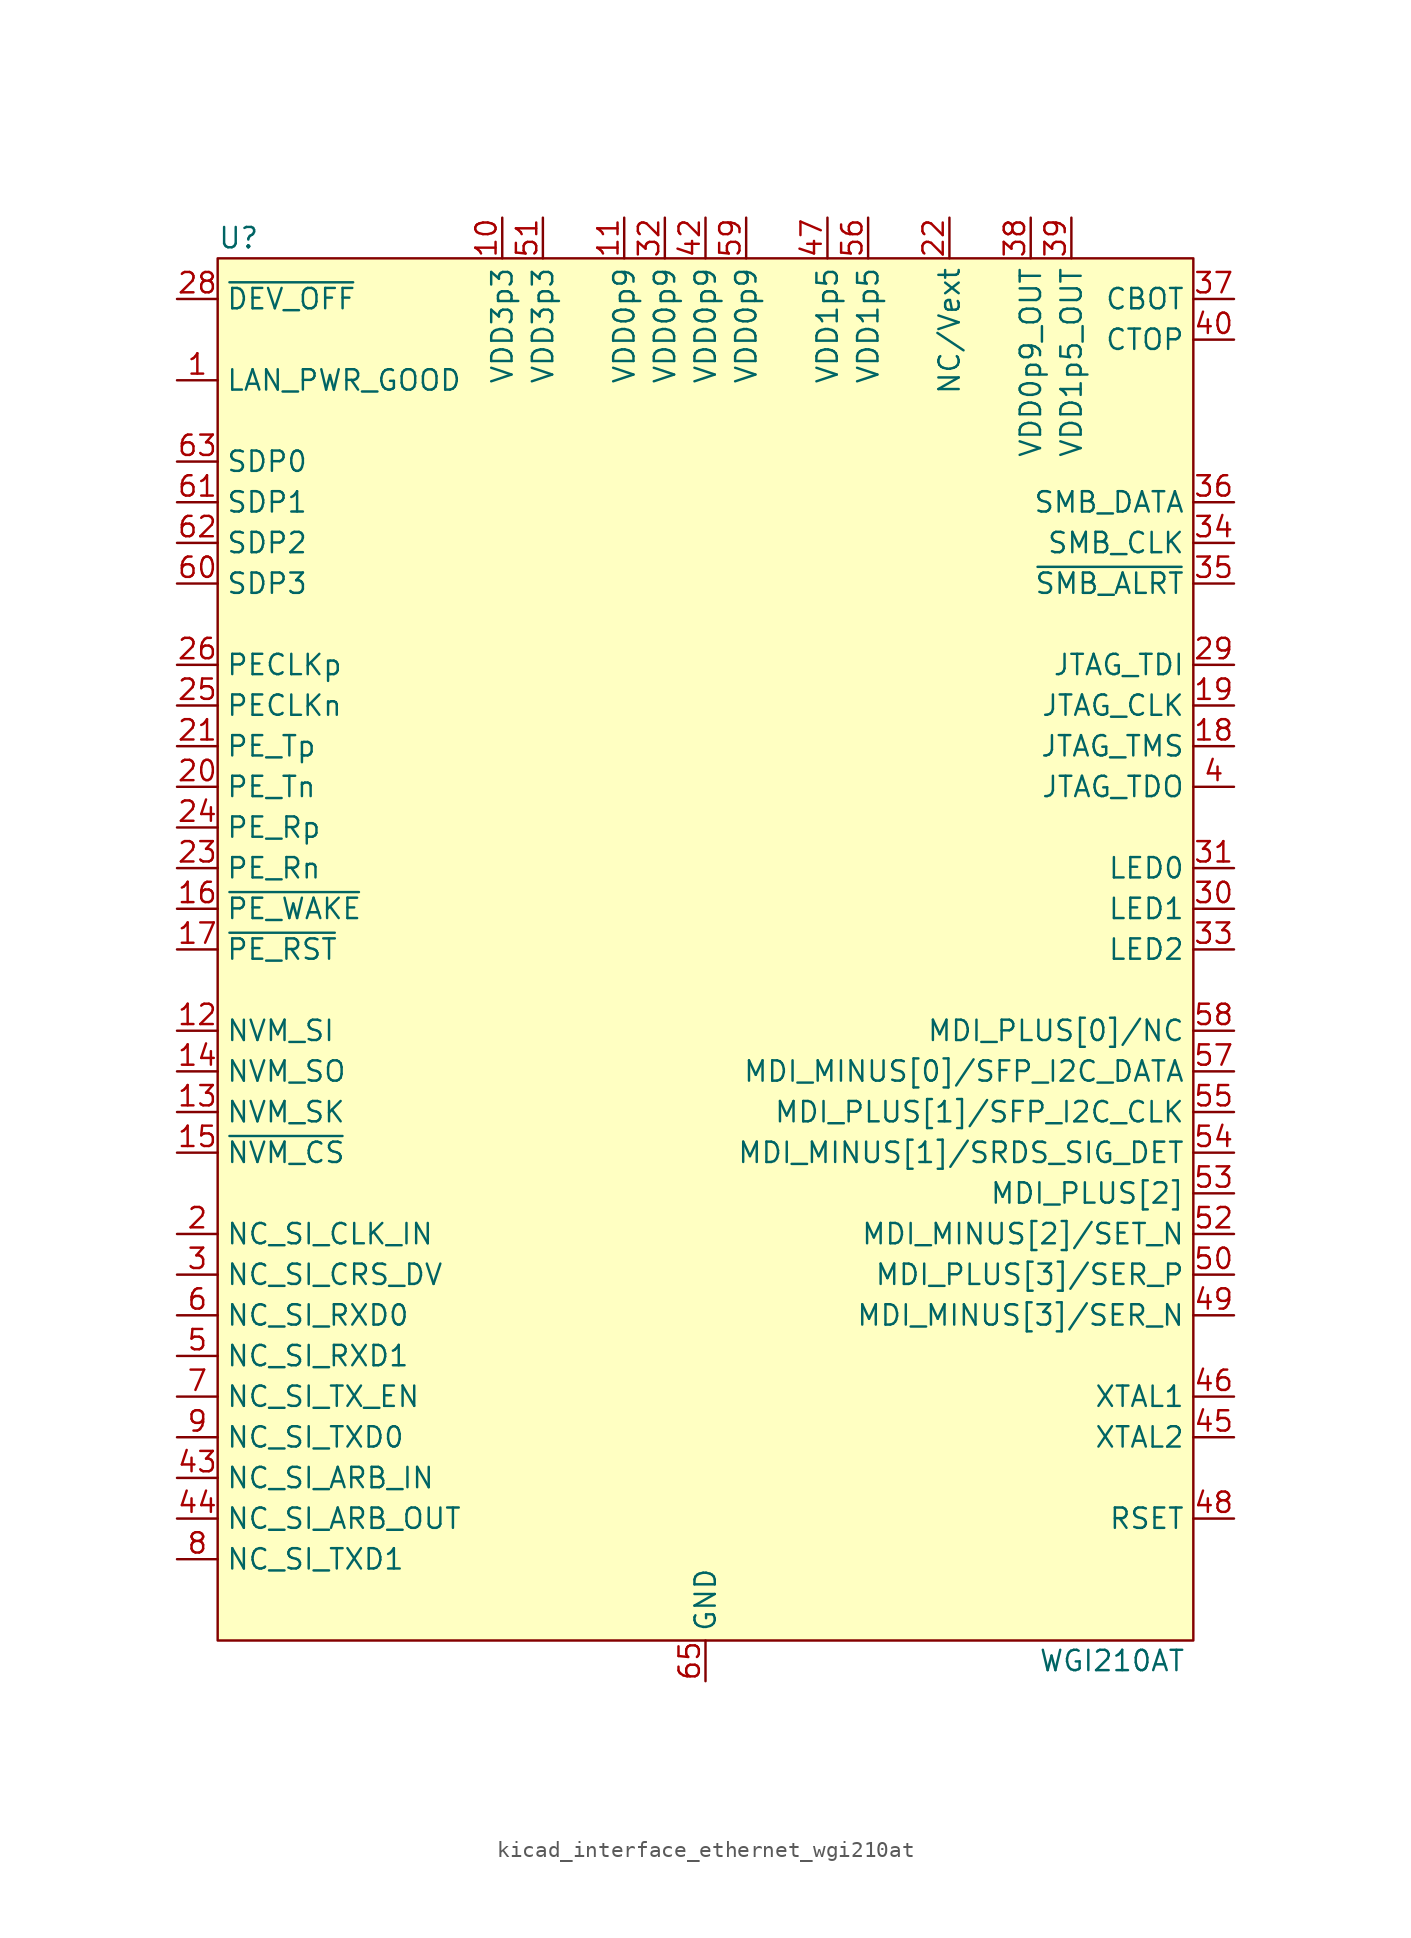
<source format=kicad_sym>
(kicad_symbol_lib
  (version 20220914)
  (generator kicad_symbol_editor)
  (symbol "kicad_interface_ethernet_wgi210at"
    (property "Reference" "U"
      (at -30.48 44.45 0)
      (effects (font (size 1.27 1.27)) (justify left)))
    (property "Value" "WGI210AT"
      (at 25.4 -44.45 0)
      (effects (font (size 1.27 1.27))))
    (symbol "kicad_interface_ethernet_wgi210at_0_1"
      (rectangle (start -30.48 43.18) (end 30.48 -43.18) (stroke (width 0) (type default)) (fill (type background)))
      (pin input line (at -33.02 35.56 0) (length 2.54) (name "LAN_PWR_GOOD" (effects (font (size 1.27 1.27)))) (number "1" (effects (font (size 1.27 1.27)))))
      (pin power_in line (at -12.7 45.72 270) (length 2.54) (name "VDD3p3" (effects (font (size 1.27 1.27)))) (number "10" (effects (font (size 1.27 1.27)))))
      (pin power_in line (at -5.08 45.72 270) (length 2.54) (name "VDD0p9" (effects (font (size 1.27 1.27)))) (number "11" (effects (font (size 1.27 1.27)))))
      (pin output line (at -33.02 -5.08 0) (length 2.54) (name "NVM_SI" (effects (font (size 1.27 1.27)))) (number "12" (effects (font (size 1.27 1.27)))))
      (pin output line (at -33.02 -10.16 0) (length 2.54) (name "NVM_SK" (effects (font (size 1.27 1.27)))) (number "13" (effects (font (size 1.27 1.27)))))
      (pin input line (at -33.02 -7.62 0) (length 2.54) (name "NVM_SO" (effects (font (size 1.27 1.27)))) (number "14" (effects (font (size 1.27 1.27)))))
      (pin output line (at -33.02 -12.7 0) (length 2.54) (name "~{NVM_CS}" (effects (font (size 1.27 1.27)))) (number "15" (effects (font (size 1.27 1.27)))))
      (pin bidirectional line (at -33.02 2.54 0) (length 2.54) (name "~{PE_WAKE}" (effects (font (size 1.27 1.27)))) (number "16" (effects (font (size 1.27 1.27)))))
      (pin input line (at -33.02 0 0) (length 2.54) (name "~{PE_RST}" (effects (font (size 1.27 1.27)))) (number "17" (effects (font (size 1.27 1.27)))))
      (pin input line (at 33.02 12.7 180) (length 2.54) (name "JTAG_TMS" (effects (font (size 1.27 1.27)))) (number "18" (effects (font (size 1.27 1.27)))))
      (pin input line (at 33.02 15.24 180) (length 2.54) (name "JTAG_CLK" (effects (font (size 1.27 1.27)))) (number "19" (effects (font (size 1.27 1.27)))))
      (pin input line (at -33.02 -17.78 0) (length 2.54) (name "NC_SI_CLK_IN" (effects (font (size 1.27 1.27)))) (number "2" (effects (font (size 1.27 1.27)))))
      (pin output line (at -33.02 10.16 0) (length 2.54) (name "PE_Tn" (effects (font (size 1.27 1.27)))) (number "20" (effects (font (size 1.27 1.27)))))
      (pin output line (at -33.02 12.7 0) (length 2.54) (name "PE_Tp" (effects (font (size 1.27 1.27)))) (number "21" (effects (font (size 1.27 1.27)))))
      (pin power_in line (at 15.24 45.72 270) (length 2.54) (name "NC/Vext" (effects (font (size 1.27 1.27)))) (number "22" (effects (font (size 1.27 1.27)))))
      (pin input line (at -33.02 5.08 0) (length 2.54) (name "PE_Rn" (effects (font (size 1.27 1.27)))) (number "23" (effects (font (size 1.27 1.27)))))
      (pin input line (at -33.02 7.62 0) (length 2.54) (name "PE_Rp" (effects (font (size 1.27 1.27)))) (number "24" (effects (font (size 1.27 1.27)))))
      (pin input line (at -33.02 15.24 0) (length 2.54) (name "PECLKn" (effects (font (size 1.27 1.27)))) (number "25" (effects (font (size 1.27 1.27)))))
      (pin input line (at -33.02 17.78 0) (length 2.54) (name "PECLKp" (effects (font (size 1.27 1.27)))) (number "26" (effects (font (size 1.27 1.27)))))
      (pin passive line (at -12.7 45.72 270) (length 2.54) hide (name "VDD3p3" (effects (font (size 1.27 1.27)))) (number "27" (effects (font (size 1.27 1.27)))))
      (pin input line (at -33.02 40.64 0) (length 2.54) (name "~{DEV_OFF}" (effects (font (size 1.27 1.27)))) (number "28" (effects (font (size 1.27 1.27)))))
      (pin input line (at 33.02 17.78 180) (length 2.54) (name "JTAG_TDI" (effects (font (size 1.27 1.27)))) (number "29" (effects (font (size 1.27 1.27)))))
      (pin output line (at -33.02 -20.32 0) (length 2.54) (name "NC_SI_CRS_DV" (effects (font (size 1.27 1.27)))) (number "3" (effects (font (size 1.27 1.27)))))
      (pin output line (at 33.02 2.54 180) (length 2.54) (name "LED1" (effects (font (size 1.27 1.27)))) (number "30" (effects (font (size 1.27 1.27)))))
      (pin output line (at 33.02 5.08 180) (length 2.54) (name "LED0" (effects (font (size 1.27 1.27)))) (number "31" (effects (font (size 1.27 1.27)))))
      (pin power_in line (at -2.54 45.72 270) (length 2.54) (name "VDD0p9" (effects (font (size 1.27 1.27)))) (number "32" (effects (font (size 1.27 1.27)))))
      (pin output line (at 33.02 0 180) (length 2.54) (name "LED2" (effects (font (size 1.27 1.27)))) (number "33" (effects (font (size 1.27 1.27)))))
      (pin bidirectional line (at 33.02 25.4 180) (length 2.54) (name "SMB_CLK" (effects (font (size 1.27 1.27)))) (number "34" (effects (font (size 1.27 1.27)))))
      (pin output line (at 33.02 22.86 180) (length 2.54) (name "~{SMB_ALRT}" (effects (font (size 1.27 1.27)))) (number "35" (effects (font (size 1.27 1.27)))))
      (pin bidirectional line (at 33.02 27.94 180) (length 2.54) (name "SMB_DATA" (effects (font (size 1.27 1.27)))) (number "36" (effects (font (size 1.27 1.27)))))
      (pin passive line (at 33.02 40.64 180) (length 2.54) (name "CBOT" (effects (font (size 1.27 1.27)))) (number "37" (effects (font (size 1.27 1.27)))))
      (pin power_out line (at 20.32 45.72 270) (length 2.54) (name "VDD0p9_OUT" (effects (font (size 1.27 1.27)))) (number "38" (effects (font (size 1.27 1.27)))))
      (pin power_out line (at 22.86 45.72 270) (length 2.54) (name "VDD1p5_OUT" (effects (font (size 1.27 1.27)))) (number "39" (effects (font (size 1.27 1.27)))))
      (pin output line (at 33.02 10.16 180) (length 2.54) (name "JTAG_TDO" (effects (font (size 1.27 1.27)))) (number "4" (effects (font (size 1.27 1.27)))))
      (pin passive line (at 33.02 38.1 180) (length 2.54) (name "CTOP" (effects (font (size 1.27 1.27)))) (number "40" (effects (font (size 1.27 1.27)))))
      (pin passive line (at -12.7 45.72 270) (length 2.54) hide (name "VDD3p3" (effects (font (size 1.27 1.27)))) (number "41" (effects (font (size 1.27 1.27)))))
      (pin power_in line (at 0 45.72 270) (length 2.54) (name "VDD0p9" (effects (font (size 1.27 1.27)))) (number "42" (effects (font (size 1.27 1.27)))))
      (pin input line (at -33.02 -33.02 0) (length 2.54) (name "NC_SI_ARB_IN" (effects (font (size 1.27 1.27)))) (number "43" (effects (font (size 1.27 1.27)))))
      (pin output line (at -33.02 -35.56 0) (length 2.54) (name "NC_SI_ARB_OUT" (effects (font (size 1.27 1.27)))) (number "44" (effects (font (size 1.27 1.27)))))
      (pin output line (at 33.02 -30.48 180) (length 2.54) (name "XTAL2" (effects (font (size 1.27 1.27)))) (number "45" (effects (font (size 1.27 1.27)))))
      (pin input line (at 33.02 -27.94 180) (length 2.54) (name "XTAL1" (effects (font (size 1.27 1.27)))) (number "46" (effects (font (size 1.27 1.27)))))
      (pin power_in line (at 7.62 45.72 270) (length 2.54) (name "VDD1p5" (effects (font (size 1.27 1.27)))) (number "47" (effects (font (size 1.27 1.27)))))
      (pin passive line (at 33.02 -35.56 180) (length 2.54) (name "RSET" (effects (font (size 1.27 1.27)))) (number "48" (effects (font (size 1.27 1.27)))))
      (pin bidirectional line (at 33.02 -22.86 180) (length 2.54) (name "MDI_MINUS[3]/SER_N" (effects (font (size 1.27 1.27)))) (number "49" (effects (font (size 1.27 1.27)))))
      (pin output line (at -33.02 -25.4 0) (length 2.54) (name "NC_SI_RXD1" (effects (font (size 1.27 1.27)))) (number "5" (effects (font (size 1.27 1.27)))))
      (pin bidirectional line (at 33.02 -20.32 180) (length 2.54) (name "MDI_PLUS[3]/SER_P" (effects (font (size 1.27 1.27)))) (number "50" (effects (font (size 1.27 1.27)))))
      (pin power_in line (at -10.16 45.72 270) (length 2.54) (name "VDD3p3" (effects (font (size 1.27 1.27)))) (number "51" (effects (font (size 1.27 1.27)))))
      (pin bidirectional line (at 33.02 -17.78 180) (length 2.54) (name "MDI_MINUS[2]/SET_N" (effects (font (size 1.27 1.27)))) (number "52" (effects (font (size 1.27 1.27)))))
      (pin bidirectional line (at 33.02 -15.24 180) (length 2.54) (name "MDI_PLUS[2]" (effects (font (size 1.27 1.27)))) (number "53" (effects (font (size 1.27 1.27)))))
      (pin bidirectional line (at 33.02 -12.7 180) (length 2.54) (name "MDI_MINUS[1]/SRDS_SIG_DET" (effects (font (size 1.27 1.27)))) (number "54" (effects (font (size 1.27 1.27)))))
      (pin bidirectional line (at 33.02 -10.16 180) (length 2.54) (name "MDI_PLUS[1]/SFP_I2C_CLK" (effects (font (size 1.27 1.27)))) (number "55" (effects (font (size 1.27 1.27)))))
      (pin power_in line (at 10.16 45.72 270) (length 2.54) (name "VDD1p5" (effects (font (size 1.27 1.27)))) (number "56" (effects (font (size 1.27 1.27)))))
      (pin bidirectional line (at 33.02 -7.62 180) (length 2.54) (name "MDI_MINUS[0]/SFP_I2C_DATA" (effects (font (size 1.27 1.27)))) (number "57" (effects (font (size 1.27 1.27)))))
      (pin bidirectional line (at 33.02 -5.08 180) (length 2.54) (name "MDI_PLUS[0]/NC" (effects (font (size 1.27 1.27)))) (number "58" (effects (font (size 1.27 1.27)))))
      (pin power_in line (at 2.54 45.72 270) (length 2.54) (name "VDD0p9" (effects (font (size 1.27 1.27)))) (number "59" (effects (font (size 1.27 1.27)))))
      (pin output line (at -33.02 -22.86 0) (length 2.54) (name "NC_SI_RXD0" (effects (font (size 1.27 1.27)))) (number "6" (effects (font (size 1.27 1.27)))))
      (pin bidirectional line (at -33.02 22.86 0) (length 2.54) (name "SDP3" (effects (font (size 1.27 1.27)))) (number "60" (effects (font (size 1.27 1.27)))))
      (pin bidirectional line (at -33.02 27.94 0) (length 2.54) (name "SDP1" (effects (font (size 1.27 1.27)))) (number "61" (effects (font (size 1.27 1.27)))))
      (pin bidirectional line (at -33.02 25.4 0) (length 2.54) (name "SDP2" (effects (font (size 1.27 1.27)))) (number "62" (effects (font (size 1.27 1.27)))))
      (pin bidirectional line (at -33.02 30.48 0) (length 2.54) (name "SDP0" (effects (font (size 1.27 1.27)))) (number "63" (effects (font (size 1.27 1.27)))))
      (pin passive line (at -12.7 45.72 270) (length 2.54) hide (name "VDD3p3" (effects (font (size 1.27 1.27)))) (number "64" (effects (font (size 1.27 1.27)))))
      (pin power_in line (at 0 -45.72 90) (length 2.54) (name "GND" (effects (font (size 1.27 1.27)))) (number "65" (effects (font (size 1.27 1.27)))))
      (pin input line (at -33.02 -27.94 0) (length 2.54) (name "NC_SI_TX_EN" (effects (font (size 1.27 1.27)))) (number "7" (effects (font (size 1.27 1.27)))))
      (pin input line (at -33.02 -38.1 0) (length 2.54) (name "NC_SI_TXD1" (effects (font (size 1.27 1.27)))) (number "8" (effects (font (size 1.27 1.27)))))
      (pin input line (at -33.02 -30.48 0) (length 2.54) (name "NC_SI_TXD0" (effects (font (size 1.27 1.27)))) (number "9" (effects (font (size 1.27 1.27))))))))
</source>
